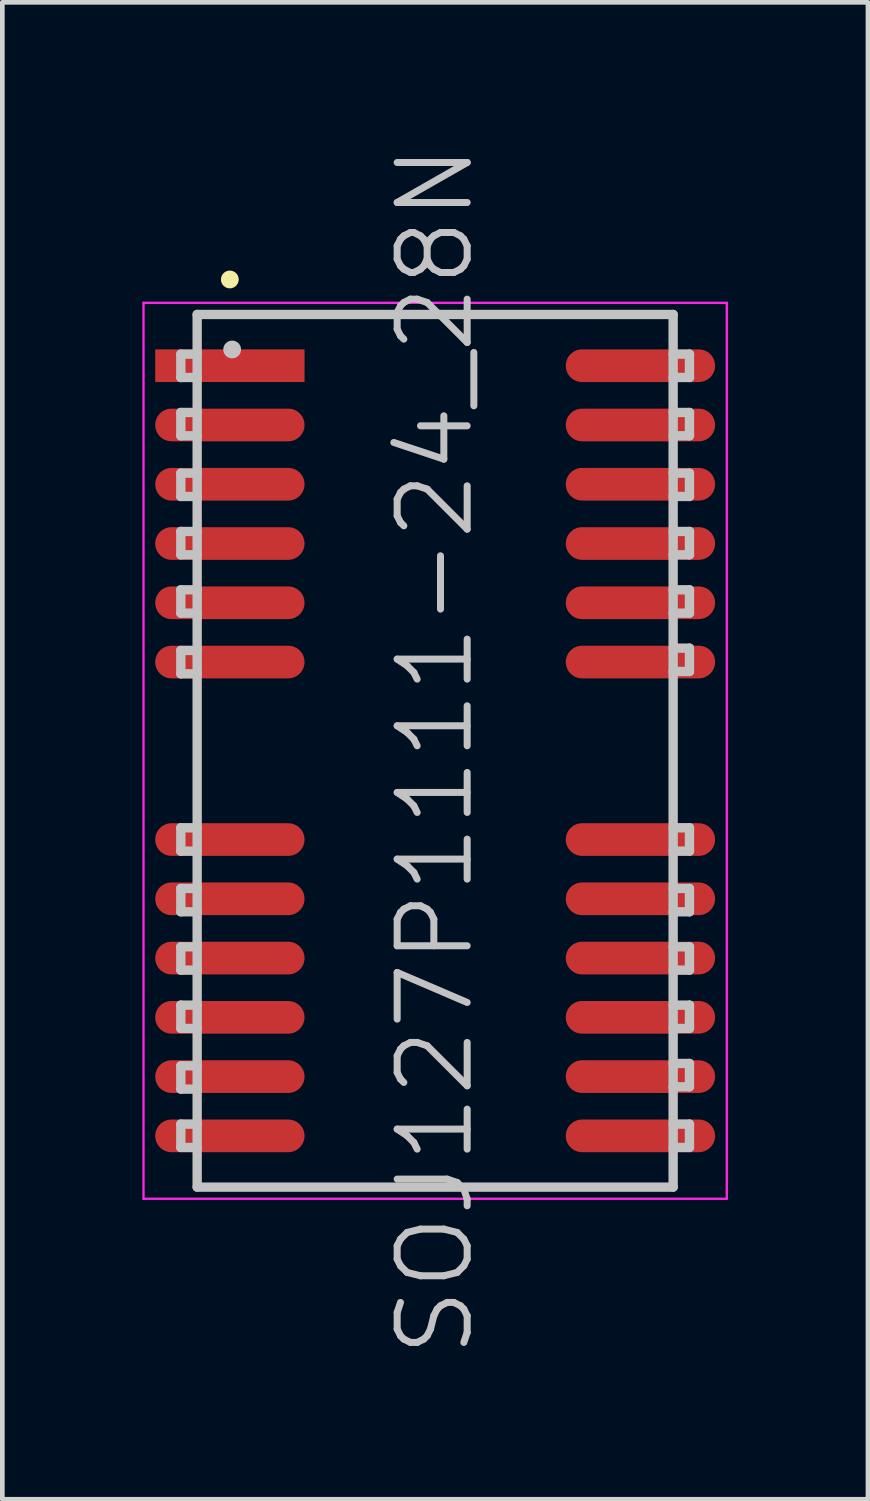
<source format=kicad_pcb>
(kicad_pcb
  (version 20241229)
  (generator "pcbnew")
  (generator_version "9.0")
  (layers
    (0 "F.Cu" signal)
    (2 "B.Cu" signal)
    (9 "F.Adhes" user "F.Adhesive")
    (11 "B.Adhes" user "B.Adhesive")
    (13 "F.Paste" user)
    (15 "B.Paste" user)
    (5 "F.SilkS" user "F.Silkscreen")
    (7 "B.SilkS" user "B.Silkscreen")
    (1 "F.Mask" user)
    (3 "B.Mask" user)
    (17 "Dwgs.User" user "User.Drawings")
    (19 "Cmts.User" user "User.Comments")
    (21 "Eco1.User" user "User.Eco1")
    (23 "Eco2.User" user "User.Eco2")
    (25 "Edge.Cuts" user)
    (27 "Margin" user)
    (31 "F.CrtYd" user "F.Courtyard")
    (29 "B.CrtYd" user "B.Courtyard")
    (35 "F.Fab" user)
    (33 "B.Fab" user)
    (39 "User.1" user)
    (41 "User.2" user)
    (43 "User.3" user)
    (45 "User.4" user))
  (footprint "SOJ127P1111-24_28N"
    (layer "F.Cu")
    (at 6.275 13.039)
    (property "Reference" "SOJ127P1111-24_28N" (at 0 0 90) (layer "Dwgs.User") (effects (font (size 1.5 1.5) (thickness 0.15))))
    (attr smd)
    (fp_line (start -4.4 -10.1) (end -4.4 -10.1) (stroke (width 0.381) (type solid)) (layer "F.SilkS"))
    (fp_line (start -5.45 -8.5) (end -5.45 -8) (stroke (width 0.2) (type solid)) (layer "Dwgs.User"))
    (fp_line (start -5.45 -8) (end -5.1 -8) (stroke (width 0.2) (type solid)) (layer "Dwgs.User"))
    (fp_line (start -5.45 -7.25) (end -5.45 -6.75) (stroke (width 0.2) (type solid)) (layer "Dwgs.User"))
    (fp_line (start -5.45 -6.75) (end -5.1 -6.75) (stroke (width 0.2) (type solid)) (layer "Dwgs.User"))
    (fp_line (start -5.45 -5.95) (end -5.45 -5.45) (stroke (width 0.2) (type solid)) (layer "Dwgs.User"))
    (fp_line (start -5.45 -5.45) (end -5.1 -5.45) (stroke (width 0.2) (type solid)) (layer "Dwgs.User"))
    (fp_line (start -5.45 -4.7) (end -5.45 -4.2) (stroke (width 0.2) (type solid)) (layer "Dwgs.User"))
    (fp_line (start -5.45 -4.2) (end -5.1 -4.2) (stroke (width 0.2) (type solid)) (layer "Dwgs.User"))
    (fp_line (start -5.45 -3.45) (end -5.45 -2.95) (stroke (width 0.2) (type solid)) (layer "Dwgs.User"))
    (fp_line (start -5.45 -2.95) (end -5.1 -2.95) (stroke (width 0.2) (type solid)) (layer "Dwgs.User"))
    (fp_line (start -5.45 -2.15) (end -5.45 -1.65) (stroke (width 0.2) (type solid)) (layer "Dwgs.User"))
    (fp_line (start -5.45 -1.65) (end -5.1 -1.65) (stroke (width 0.2) (type solid)) (layer "Dwgs.User"))
    (fp_line (start -5.45 1.65) (end -5.45 2.15) (stroke (width 0.2) (type solid)) (layer "Dwgs.User"))
    (fp_line (start -5.45 2.15) (end -5.1 2.15) (stroke (width 0.2) (type solid)) (layer "Dwgs.User"))
    (fp_line (start -5.45 2.95) (end -5.45 3.45) (stroke (width 0.2) (type solid)) (layer "Dwgs.User"))
    (fp_line (start -5.45 3.45) (end -5.1 3.45) (stroke (width 0.2) (type solid)) (layer "Dwgs.User"))
    (fp_line (start -5.45 4.2) (end -5.45 4.7) (stroke (width 0.2) (type solid)) (layer "Dwgs.User"))
    (fp_line (start -5.45 4.7) (end -5.1 4.7) (stroke (width 0.2) (type solid)) (layer "Dwgs.User"))
    (fp_line (start -5.45 5.45) (end -5.45 5.95) (stroke (width 0.2) (type solid)) (layer "Dwgs.User"))
    (fp_line (start -5.45 5.95) (end -5.1 5.95) (stroke (width 0.2) (type solid)) (layer "Dwgs.User"))
    (fp_line (start -5.45 6.75) (end -5.45 7.25) (stroke (width 0.2) (type solid)) (layer "Dwgs.User"))
    (fp_line (start -5.45 7.25) (end -5.1 7.25) (stroke (width 0.2) (type solid)) (layer "Dwgs.User"))
    (fp_line (start -5.45 8) (end -5.45 8.5) (stroke (width 0.2) (type solid)) (layer "Dwgs.User"))
    (fp_line (start -5.45 8.5) (end -5.1 8.5) (stroke (width 0.2) (type solid)) (layer "Dwgs.User"))
    (fp_line (start -5.1 -9.35) (end -5.1 9.35) (stroke (width 0.2) (type solid)) (layer "Dwgs.User"))
    (fp_line (start -5.1 -9.35) (end 5.1 -9.35) (stroke (width 0.2) (type solid)) (layer "Dwgs.User"))
    (fp_line (start -5.1 -8.5) (end -5.45 -8.5) (stroke (width 0.2) (type solid)) (layer "Dwgs.User"))
    (fp_line (start -5.1 -7.25) (end -5.45 -7.25) (stroke (width 0.2) (type solid)) (layer "Dwgs.User"))
    (fp_line (start -5.1 -5.95) (end -5.45 -5.95) (stroke (width 0.2) (type solid)) (layer "Dwgs.User"))
    (fp_line (start -5.1 -4.7) (end -5.45 -4.7) (stroke (width 0.2) (type solid)) (layer "Dwgs.User"))
    (fp_line (start -5.1 -3.45) (end -5.45 -3.45) (stroke (width 0.2) (type solid)) (layer "Dwgs.User"))
    (fp_line (start -5.1 -2.15) (end -5.45 -2.15) (stroke (width 0.2) (type solid)) (layer "Dwgs.User"))
    (fp_line (start -5.1 1.65) (end -5.45 1.65) (stroke (width 0.2) (type solid)) (layer "Dwgs.User"))
    (fp_line (start -5.1 2.95) (end -5.45 2.95) (stroke (width 0.2) (type solid)) (layer "Dwgs.User"))
    (fp_line (start -5.1 4.2) (end -5.45 4.2) (stroke (width 0.2) (type solid)) (layer "Dwgs.User"))
    (fp_line (start -5.1 5.45) (end -5.45 5.45) (stroke (width 0.2) (type solid)) (layer "Dwgs.User"))
    (fp_line (start -5.1 6.75) (end -5.45 6.75) (stroke (width 0.2) (type solid)) (layer "Dwgs.User"))
    (fp_line (start -5.1 8) (end -5.45 8) (stroke (width 0.2) (type solid)) (layer "Dwgs.User"))
    (fp_line (start -5.1 9.35) (end 5.1 9.35) (stroke (width 0.2) (type solid)) (layer "Dwgs.User"))
    (fp_line (start -4.35 -8.6) (end -4.35 -8.6) (stroke (width 0.381) (type solid)) (layer "Dwgs.User"))
    (fp_line (start 5.1 -9.35) (end 5.1 9.35) (stroke (width 0.2) (type solid)) (layer "Dwgs.User"))
    (fp_line (start 5.1 -8.5) (end 5.45 -8.5) (stroke (width 0.2) (type solid)) (layer "Dwgs.User"))
    (fp_line (start 5.1 -7.25) (end 5.45 -7.25) (stroke (width 0.2) (type solid)) (layer "Dwgs.User"))
    (fp_line (start 5.1 -5.95) (end 5.45 -5.95) (stroke (width 0.2) (type solid)) (layer "Dwgs.User"))
    (fp_line (start 5.1 -4.7) (end 5.45 -4.7) (stroke (width 0.2) (type solid)) (layer "Dwgs.User"))
    (fp_line (start 5.1 -3.45) (end 5.45 -3.45) (stroke (width 0.2) (type solid)) (layer "Dwgs.User"))
    (fp_line (start 5.1 -2.2) (end 5.45 -2.2) (stroke (width 0.2) (type solid)) (layer "Dwgs.User"))
    (fp_line (start 5.1 1.65) (end 5.45 1.65) (stroke (width 0.2) (type solid)) (layer "Dwgs.User"))
    (fp_line (start 5.1 2.95) (end 5.45 2.95) (stroke (width 0.2) (type solid)) (layer "Dwgs.User"))
    (fp_line (start 5.1 4.2) (end 5.45 4.2) (stroke (width 0.2) (type solid)) (layer "Dwgs.User"))
    (fp_line (start 5.1 5.45) (end 5.45 5.45) (stroke (width 0.2) (type solid)) (layer "Dwgs.User"))
    (fp_line (start 5.1 6.7) (end 5.45 6.7) (stroke (width 0.2) (type solid)) (layer "Dwgs.User"))
    (fp_line (start 5.1 8) (end 5.45 8) (stroke (width 0.2) (type solid)) (layer "Dwgs.User"))
    (fp_line (start 5.45 -8.5) (end 5.45 -8) (stroke (width 0.2) (type solid)) (layer "Dwgs.User"))
    (fp_line (start 5.45 -8) (end 5.1 -8) (stroke (width 0.2) (type solid)) (layer "Dwgs.User"))
    (fp_line (start 5.45 -7.25) (end 5.45 -6.75) (stroke (width 0.2) (type solid)) (layer "Dwgs.User"))
    (fp_line (start 5.45 -6.75) (end 5.1 -6.75) (stroke (width 0.2) (type solid)) (layer "Dwgs.User"))
    (fp_line (start 5.45 -5.95) (end 5.45 -5.45) (stroke (width 0.2) (type solid)) (layer "Dwgs.User"))
    (fp_line (start 5.45 -5.45) (end 5.1 -5.45) (stroke (width 0.2) (type solid)) (layer "Dwgs.User"))
    (fp_line (start 5.45 -4.7) (end 5.45 -4.2) (stroke (width 0.2) (type solid)) (layer "Dwgs.User"))
    (fp_line (start 5.45 -4.2) (end 5.1 -4.2) (stroke (width 0.2) (type solid)) (layer "Dwgs.User"))
    (fp_line (start 5.45 -3.45) (end 5.45 -2.95) (stroke (width 0.2) (type solid)) (layer "Dwgs.User"))
    (fp_line (start 5.45 -2.95) (end 5.1 -2.95) (stroke (width 0.2) (type solid)) (layer "Dwgs.User"))
    (fp_line (start 5.45 -2.2) (end 5.45 -1.7) (stroke (width 0.2) (type solid)) (layer "Dwgs.User"))
    (fp_line (start 5.45 -1.7) (end 5.1 -1.7) (stroke (width 0.2) (type solid)) (layer "Dwgs.User"))
    (fp_line (start 5.45 1.65) (end 5.45 2.15) (stroke (width 0.2) (type solid)) (layer "Dwgs.User"))
    (fp_line (start 5.45 2.15) (end 5.1 2.15) (stroke (width 0.2) (type solid)) (layer "Dwgs.User"))
    (fp_line (start 5.45 2.95) (end 5.45 3.45) (stroke (width 0.2) (type solid)) (layer "Dwgs.User"))
    (fp_line (start 5.45 3.45) (end 5.1 3.45) (stroke (width 0.2) (type solid)) (layer "Dwgs.User"))
    (fp_line (start 5.45 4.2) (end 5.45 4.7) (stroke (width 0.2) (type solid)) (layer "Dwgs.User"))
    (fp_line (start 5.45 4.7) (end 5.1 4.7) (stroke (width 0.2) (type solid)) (layer "Dwgs.User"))
    (fp_line (start 5.45 5.45) (end 5.45 5.95) (stroke (width 0.2) (type solid)) (layer "Dwgs.User"))
    (fp_line (start 5.45 5.95) (end 5.1 5.95) (stroke (width 0.2) (type solid)) (layer "Dwgs.User"))
    (fp_line (start 5.45 6.7) (end 5.45 7.2) (stroke (width 0.2) (type solid)) (layer "Dwgs.User"))
    (fp_line (start 5.45 7.2) (end 5.1 7.2) (stroke (width 0.2) (type solid)) (layer "Dwgs.User"))
    (fp_line (start 5.45 8) (end 5.45 8.5) (stroke (width 0.2) (type solid)) (layer "Dwgs.User"))
    (fp_line (start 5.45 8.5) (end 5.1 8.5) (stroke (width 0.2) (type solid)) (layer "Dwgs.User"))
    (fp_line (start -6.25 -9.6) (end -6.25 9.6) (stroke (width 0.05) (type solid)) (layer "F.CrtYd"))
    (fp_line (start -6.25 -9.6) (end 6.25 -9.6) (stroke (width 0.05) (type solid)) (layer "F.CrtYd"))
    (fp_line (start -6.25 9.6) (end 6.25 9.6) (stroke (width 0.05) (type solid)) (layer "F.CrtYd"))
    (fp_line (start 6.25 -9.6) (end 6.25 9.6) (stroke (width 0.05) (type solid)) (layer "F.CrtYd"))
    (pad "1" smd rect (at -4.399 -8.252 90) (size 0.7 3.2) (layers "F.Cu" "F.Mask" "F.Paste"))
    (pad "2" smd oval (at -4.399 -6.982 90) (size 0.7 3.2) (layers "F.Cu" "F.Mask" "F.Paste"))
    (pad "3" smd oval (at -4.399 -5.712 90) (size 0.7 3.2) (layers "F.Cu" "F.Mask" "F.Paste"))
    (pad "4" smd oval (at -4.399 -4.442 90) (size 0.7 3.2) (layers "F.Cu" "F.Mask" "F.Paste"))
    (pad "5" smd oval (at -4.399 -3.172 90) (size 0.7 3.2) (layers "F.Cu" "F.Mask" "F.Paste"))
    (pad "6" smd oval (at -4.399 -1.902 90) (size 0.7 3.2) (layers "F.Cu" "F.Mask" "F.Paste"))
    (pad "7" smd oval (at -4.399 1.902 90) (size 0.7 3.2) (layers "F.Cu" "F.Mask" "F.Paste"))
    (pad "8" smd oval (at -4.399 3.172 90) (size 0.7 3.2) (layers "F.Cu" "F.Mask" "F.Paste"))
    (pad "9" smd oval (at -4.399 4.442 90) (size 0.7 3.2) (layers "F.Cu" "F.Mask" "F.Paste"))
    (pad "10" smd oval (at -4.399 5.712 90) (size 0.7 3.2) (layers "F.Cu" "F.Mask" "F.Paste"))
    (pad "11" smd oval (at -4.399 6.982 90) (size 0.7 3.2) (layers "F.Cu" "F.Mask" "F.Paste"))
    (pad "12" smd oval (at -4.399 8.252 90) (size 0.7 3.2) (layers "F.Cu" "F.Mask" "F.Paste"))
    (pad "13" smd oval (at 4.399 8.252 270) (size 0.7 3.2) (layers "F.Cu" "F.Mask" "F.Paste"))
    (pad "14" smd oval (at 4.399 6.982 270) (size 0.7 3.2) (layers "F.Cu" "F.Mask" "F.Paste"))
    (pad "15" smd oval (at 4.399 5.712 270) (size 0.7 3.2) (layers "F.Cu" "F.Mask" "F.Paste"))
    (pad "16" smd oval (at 4.399 4.442 270) (size 0.7 3.2) (layers "F.Cu" "F.Mask" "F.Paste"))
    (pad "17" smd oval (at 4.399 3.172 270) (size 0.7 3.2) (layers "F.Cu" "F.Mask" "F.Paste"))
    (pad "18" smd oval (at 4.399 1.902 270) (size 0.7 3.2) (layers "F.Cu" "F.Mask" "F.Paste"))
    (pad "19" smd oval (at 4.399 -1.902 270) (size 0.7 3.2) (layers "F.Cu" "F.Mask" "F.Paste"))
    (pad "20" smd oval (at 4.399 -3.172 270) (size 0.7 3.2) (layers "F.Cu" "F.Mask" "F.Paste"))
    (pad "21" smd oval (at 4.399 -4.442 270) (size 0.7 3.2) (layers "F.Cu" "F.Mask" "F.Paste"))
    (pad "22" smd oval (at 4.399 -5.712 270) (size 0.7 3.2) (layers "F.Cu" "F.Mask" "F.Paste"))
    (pad "23" smd oval (at 4.399 -6.982 270) (size 0.7 3.2) (layers "F.Cu" "F.Mask" "F.Paste"))
    (pad "24" smd oval (at 4.399 -8.252 270) (size 0.7 3.2) (layers "F.Cu" "F.Mask" "F.Paste")))
  (gr_rect
    (start -3 -3)
    (end 15.55 29.079)
    (stroke (width 0.1) (type default))
    (fill no)
    (layer "Edge.Cuts")))
</source>
